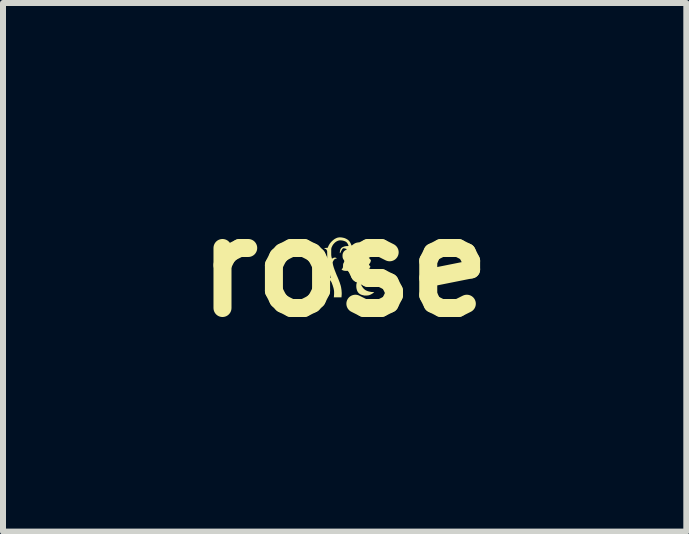
<source format=kicad_pcb>
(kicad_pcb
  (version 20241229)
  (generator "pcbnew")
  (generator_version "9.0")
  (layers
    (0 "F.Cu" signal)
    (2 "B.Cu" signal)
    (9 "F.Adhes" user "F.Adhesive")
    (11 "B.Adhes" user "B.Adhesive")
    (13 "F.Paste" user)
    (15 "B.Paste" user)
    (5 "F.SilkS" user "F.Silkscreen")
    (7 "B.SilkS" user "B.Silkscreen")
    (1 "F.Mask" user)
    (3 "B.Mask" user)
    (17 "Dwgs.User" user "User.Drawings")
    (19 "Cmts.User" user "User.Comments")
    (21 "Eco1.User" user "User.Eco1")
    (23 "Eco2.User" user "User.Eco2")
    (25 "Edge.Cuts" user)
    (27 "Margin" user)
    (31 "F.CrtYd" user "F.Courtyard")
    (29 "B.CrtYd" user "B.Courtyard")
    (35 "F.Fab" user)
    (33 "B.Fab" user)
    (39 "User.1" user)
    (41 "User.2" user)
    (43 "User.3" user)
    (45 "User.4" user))
  (footprint "rose"
    (layer "F.Cu")
    (at 2.693 1.404)
    (property "Reference" "rose" (at 0 0 0) (layer "F.SilkS") (effects (font (size 1.5 1.5) (thickness 0.3))))
    (attr board_only exclude_from_pos_files exclude_from_bom)
    (fp_poly (pts (xy 0.248 0.208) (xy 0.25 0.21) (xy 0.251 0.213) (xy 0.253 0.219) (xy 0.255 0.227) (xy 0.256 0.233) (xy 0.263 0.261) (xy 0.273 0.288) (xy 0.285 0.313) (xy 0.3 0.335) (xy 0.316 0.355) (xy 0.334 0.371) (xy 0.345 0.379) (xy 0.366 0.39) (xy 0.39 0.399) (xy 0.417 0.406) (xy 0.447 0.411) (xy 0.467 0.412) (xy 0.478 0.413) (xy 0.486 0.414) (xy 0.49 0.415) (xy 0.491 0.416) (xy 0.49 0.418) (xy 0.486 0.421) (xy 0.479 0.426) (xy 0.471 0.432) (xy 0.462 0.438) (xy 0.452 0.444) (xy 0.443 0.449) (xy 0.434 0.454) (xy 0.433 0.454) (xy 0.423 0.459) (xy 0.412 0.463) (xy 0.403 0.466) (xy 0.39 0.468) (xy 0.374 0.47) (xy 0.357 0.471) (xy 0.341 0.471) (xy 0.326 0.47) (xy 0.318 0.468) (xy 0.292 0.462) (xy 0.269 0.454) (xy 0.25 0.443) (xy 0.234 0.43) (xy 0.221 0.414) (xy 0.217 0.408) (xy 0.208 0.39) (xy 0.201 0.368) (xy 0.196 0.346) (xy 0.194 0.323) (xy 0.194 0.304) (xy 0.195 0.287) (xy 0.198 0.271) (xy 0.203 0.257) (xy 0.209 0.243) (xy 0.216 0.232) (xy 0.222 0.222) (xy 0.229 0.215) (xy 0.236 0.21) (xy 0.243 0.207)) (stroke (width 0) (type solid)) (fill yes) (layer "F.SilkS"))
    (fp_poly (pts (xy -0.048 -0.497) (xy -0.022 -0.492) (xy 0.003 -0.485) (xy 0.025 -0.475) (xy 0.046 -0.463) (xy 0.064 -0.449) (xy 0.079 -0.433) (xy 0.083 -0.427) (xy 0.089 -0.418) (xy 0.095 -0.407) (xy 0.101 -0.395) (xy 0.106 -0.385) (xy 0.109 -0.376) (xy 0.11 -0.374) (xy 0.112 -0.368) (xy 0.114 -0.365) (xy 0.117 -0.364) (xy 0.121 -0.365) (xy 0.127 -0.369) (xy 0.135 -0.376) (xy 0.154 -0.389) (xy 0.172 -0.4) (xy 0.19 -0.407) (xy 0.208 -0.412) (xy 0.224 -0.414) (xy 0.234 -0.413) (xy 0.25 -0.408) (xy 0.266 -0.4) (xy 0.28 -0.389) (xy 0.29 -0.379) (xy 0.295 -0.372) (xy 0.297 -0.368) (xy 0.296 -0.366) (xy 0.292 -0.367) (xy 0.285 -0.37) (xy 0.279 -0.374) (xy 0.266 -0.381) (xy 0.251 -0.386) (xy 0.237 -0.391) (xy 0.224 -0.393) (xy 0.222 -0.393) (xy 0.211 -0.393) (xy 0.205 -0.384) (xy 0.201 -0.378) (xy 0.199 -0.371) (xy 0.198 -0.369) (xy 0.197 -0.362) (xy 0.215 -0.361) (xy 0.23 -0.359) (xy 0.247 -0.356) (xy 0.265 -0.35) (xy 0.282 -0.343) (xy 0.298 -0.335) (xy 0.311 -0.327) (xy 0.322 -0.319) (xy 0.322 -0.318) (xy 0.332 -0.306) (xy 0.342 -0.292) (xy 0.351 -0.276) (xy 0.358 -0.26) (xy 0.364 -0.245) (xy 0.365 -0.241) (xy 0.367 -0.233) (xy 0.37 -0.223) (xy 0.375 -0.212) (xy 0.379 -0.2) (xy 0.384 -0.189) (xy 0.388 -0.18) (xy 0.391 -0.173) (xy 0.391 -0.173) (xy 0.395 -0.167) (xy 0.402 -0.159) (xy 0.409 -0.151) (xy 0.417 -0.142) (xy 0.418 -0.142) (xy 0.425 -0.134) (xy 0.431 -0.127) (xy 0.435 -0.122) (xy 0.437 -0.119) (xy 0.437 -0.118) (xy 0.435 -0.104) (xy 0.431 -0.089) (xy 0.425 -0.075) (xy 0.417 -0.063) (xy 0.414 -0.06) (xy 0.409 -0.054) (xy 0.406 -0.049) (xy 0.406 -0.044) (xy 0.408 -0.039) (xy 0.413 -0.032) (xy 0.416 -0.028) (xy 0.421 -0.022) (xy 0.425 -0.016) (xy 0.428 -0.013) (xy 0.428 -0.013) (xy 0.429 -0.009) (xy 0.426 -0.002) (xy 0.42 0.006) (xy 0.416 0.01) (xy 0.404 0.02) (xy 0.389 0.029) (xy 0.371 0.035) (xy 0.35 0.04) (xy 0.329 0.044) (xy 0.323 0.045) (xy 0.319 0.047) (xy 0.315 0.051) (xy 0.313 0.054) (xy 0.309 0.06) (xy 0.303 0.066) (xy 0.301 0.068) (xy 0.294 0.073) (xy 0.283 0.079) (xy 0.27 0.084) (xy 0.256 0.089) (xy 0.247 0.092) (xy 0.241 0.093) (xy 0.236 0.094) (xy 0.23 0.095) (xy 0.224 0.096) (xy 0.216 0.096) (xy 0.206 0.096) (xy 0.193 0.096) (xy 0.177 0.096) (xy 0.154 0.096) (xy 0.135 0.095) (xy 0.119 0.094) (xy 0.106 0.092) (xy 0.095 0.089) (xy 0.085 0.085) (xy 0.077 0.08) (xy 0.069 0.074) (xy 0.064 0.069) (xy 0.055 0.059) (xy 0.027 0.059) (xy 0.013 0.059) (xy 0.001 0.058) (xy -0.008 0.057) (xy -0.017 0.055) (xy -0.028 0.051) (xy -0.038 0.047) (xy -0.045 0.043) (xy -0.05 0.039) (xy -0.05 0.037) (xy -0.049 0.034) (xy -0.046 0.029) (xy -0.041 0.024) (xy -0.037 0.019) (xy -0.034 0.015) (xy -0.032 0.011) (xy -0.03 0.006) (xy -0.029 -0.000131) (xy -0.028 -0.009) (xy -0.027 -0.021) (xy -0.027 -0.029) (xy -0.025 -0.057) (xy -0.015 -0.076) (xy -0.01 -0.087) (xy -0.007 -0.097) (xy -0.006 -0.105) (xy -0.009 -0.113) (xy -0.013 -0.121) (xy -0.015 -0.123) (xy -0.023 -0.136) (xy -0.029 -0.148) (xy -0.033 -0.161) (xy -0.035 -0.176) (xy -0.036 -0.193) (xy -0.036 -0.193) (xy -0.035 -0.205) (xy -0.035 -0.214) (xy -0.033 -0.221) (xy -0.031 -0.229) (xy -0.031 -0.231) (xy -0.023 -0.248) (xy -0.014 -0.263) (xy -0.001 -0.276) (xy 0.015 -0.287) (xy 0.022 -0.291) (xy 0.029 -0.295) (xy 0.034 -0.299) (xy 0.036 -0.301) (xy 0.036 -0.302) (xy 0.034 -0.304) (xy 0.028 -0.306) (xy 0.021 -0.309) (xy 0.012 -0.311) (xy 0.003 -0.314) (xy -0.006 -0.316) (xy -0.012 -0.317) (xy -0.02 -0.317) (xy -0.024 -0.317) (xy -0.028 -0.315) (xy -0.031 -0.313) (xy -0.032 -0.311) (xy -0.039 -0.303) (xy -0.046 -0.292) (xy -0.053 -0.279) (xy -0.061 -0.265) (xy -0.065 -0.255) (xy -0.07 -0.245) (xy -0.074 -0.238) (xy -0.078 -0.236) (xy -0.08 -0.237) (xy -0.081 -0.243) (xy -0.081 -0.252) (xy -0.08 -0.256) (xy -0.077 -0.276) (xy -0.073 -0.292) (xy -0.067 -0.306) (xy -0.059 -0.317) (xy -0.053 -0.323) (xy -0.041 -0.333) (xy -0.025 -0.34) (xy -0.006 -0.347) (xy 0.013 -0.351) (xy 0.033 -0.354) (xy 0.043 -0.354) (xy 0.052 -0.354) (xy 0.059 -0.355) (xy 0.063 -0.355) (xy 0.064 -0.356) (xy 0.064 -0.359) (xy 0.062 -0.364) (xy 0.06 -0.372) (xy 0.056 -0.38) (xy 0.052 -0.389) (xy 0.048 -0.396) (xy 0.044 -0.402) (xy 0.034 -0.415) (xy 0.022 -0.425) (xy 0.006 -0.433) (xy -0.013 -0.44) (xy -0.023 -0.443) (xy -0.037 -0.446) (xy -0.053 -0.448) (xy -0.069 -0.449) (xy -0.084 -0.449) (xy -0.096 -0.447) (xy -0.1 -0.446) (xy -0.12 -0.439) (xy -0.141 -0.428) (xy -0.16 -0.414) (xy -0.177 -0.397) (xy -0.193 -0.378) (xy -0.206 -0.356) (xy -0.21 -0.347) (xy -0.214 -0.338) (xy -0.218 -0.33) (xy -0.22 -0.323) (xy -0.222 -0.315) (xy -0.223 -0.306) (xy -0.224 -0.296) (xy -0.224 -0.284) (xy -0.224 -0.269) (xy -0.224 -0.252) (xy -0.224 -0.235) (xy -0.224 -0.222) (xy -0.224 -0.211) (xy -0.223 -0.203) (xy -0.223 -0.195) (xy -0.222 -0.188) (xy -0.221 -0.181) (xy -0.219 -0.173) (xy -0.217 -0.163) (xy -0.215 -0.155) (xy -0.213 -0.149) (xy -0.212 -0.146) (xy -0.212 -0.146) (xy -0.209 -0.145) (xy -0.203 -0.148) (xy -0.2 -0.15) (xy -0.185 -0.158) (xy -0.172 -0.162) (xy -0.159 -0.162) (xy -0.146 -0.159) (xy -0.141 -0.156) (xy -0.134 -0.152) (xy -0.131 -0.149) (xy -0.132 -0.147) (xy -0.137 -0.146) (xy -0.14 -0.145) (xy -0.154 -0.142) (xy -0.167 -0.135) (xy -0.175 -0.128) (xy -0.18 -0.122) (xy -0.185 -0.113) (xy -0.191 -0.104) (xy -0.196 -0.094) (xy -0.199 -0.086) (xy -0.199 -0.084) (xy -0.2 -0.079) (xy -0.199 -0.07) (xy -0.197 -0.059) (xy -0.195 -0.046) (xy -0.192 -0.033) (xy -0.188 -0.019) (xy -0.184 -0.005) (xy -0.182 0.002) (xy -0.177 0.016) (xy -0.171 0.033) (xy -0.164 0.052) (xy -0.156 0.072) (xy -0.148 0.093) (xy -0.14 0.113) (xy -0.133 0.131) (xy -0.126 0.146) (xy -0.112 0.178) (xy -0.1 0.208) (xy -0.09 0.234) (xy -0.081 0.258) (xy -0.074 0.281) (xy -0.067 0.302) (xy -0.062 0.322) (xy -0.058 0.342) (xy -0.055 0.363) (xy -0.052 0.383) (xy -0.051 0.399) (xy -0.05 0.413) (xy -0.049 0.429) (xy -0.049 0.445) (xy -0.05 0.462) (xy -0.051 0.476) (xy -0.052 0.489) (xy -0.052 0.492) (xy -0.053 0.5) (xy -0.117 0.5) (xy -0.181 0.5) (xy -0.18 0.495) (xy -0.179 0.49) (xy -0.178 0.481) (xy -0.178 0.47) (xy -0.177 0.458) (xy -0.176 0.445) (xy -0.176 0.433) (xy -0.176 0.422) (xy -0.176 0.413) (xy -0.176 0.41) (xy -0.177 0.393) (xy -0.179 0.378) (xy -0.182 0.364) (xy -0.185 0.349) (xy -0.19 0.332) (xy -0.196 0.313) (xy -0.199 0.302) (xy -0.204 0.289) (xy -0.209 0.276) (xy -0.213 0.264) (xy -0.217 0.255) (xy -0.22 0.248) (xy -0.221 0.245) (xy -0.234 0.227) (xy -0.249 0.208) (xy -0.265 0.189) (xy -0.281 0.172) (xy -0.298 0.156) (xy -0.312 0.144) (xy -0.326 0.134) (xy -0.338 0.128) (xy -0.351 0.123) (xy -0.364 0.121) (xy -0.371 0.121) (xy -0.382 0.122) (xy -0.39 0.124) (xy -0.394 0.127) (xy -0.395 0.131) (xy -0.394 0.133) (xy -0.392 0.136) (xy -0.387 0.141) (xy -0.381 0.148) (xy -0.373 0.156) (xy -0.368 0.162) (xy -0.355 0.175) (xy -0.344 0.187) (xy -0.336 0.196) (xy -0.329 0.206) (xy -0.324 0.214) (xy -0.32 0.224) (xy -0.316 0.234) (xy -0.314 0.239) (xy -0.312 0.246) (xy -0.31 0.253) (xy -0.309 0.26) (xy -0.309 0.268) (xy -0.309 0.279) (xy -0.309 0.281) (xy -0.309 0.302) (xy -0.312 0.32) (xy -0.316 0.336) (xy -0.321 0.351) (xy -0.326 0.36) (xy -0.332 0.37) (xy -0.34 0.382) (xy -0.348 0.394) (xy -0.356 0.406) (xy -0.364 0.415) (xy -0.37 0.422) (xy -0.375 0.427) (xy -0.381 0.433) (xy -0.389 0.44) (xy -0.397 0.447) (xy -0.405 0.453) (xy -0.413 0.459) (xy -0.418 0.463) (xy -0.422 0.465) (xy -0.422 0.465) (xy -0.423 0.464) (xy -0.423 0.458) (xy -0.424 0.45) (xy -0.424 0.44) (xy -0.424 0.431) (xy -0.424 0.415) (xy -0.425 0.402) (xy -0.427 0.391) (xy -0.429 0.381) (xy -0.434 0.371) (xy -0.44 0.361) (xy -0.448 0.349) (xy -0.455 0.341) (xy -0.46 0.333) (xy -0.465 0.325) (xy -0.471 0.316) (xy -0.475 0.307) (xy -0.478 0.3) (xy -0.48 0.295) (xy -0.48 0.294) (xy -0.481 0.291) (xy -0.482 0.29) (xy -0.484 0.288) (xy -0.485 0.282) (xy -0.486 0.273) (xy -0.487 0.262) (xy -0.488 0.249) (xy -0.488 0.236) (xy -0.487 0.232) (xy -0.487 0.22) (xy -0.486 0.212) (xy -0.486 0.206) (xy -0.485 0.202) (xy -0.483 0.2) (xy -0.483 0.2) (xy -0.48 0.196) (xy -0.48 0.193) (xy -0.479 0.189) (xy -0.475 0.182) (xy -0.471 0.173) (xy -0.465 0.164) (xy -0.459 0.155) (xy -0.453 0.148) (xy -0.449 0.143) (xy -0.445 0.14) (xy -0.438 0.135) (xy -0.431 0.131) (xy -0.424 0.127) (xy -0.419 0.125) (xy -0.416 0.124) (xy -0.413 0.123) (xy -0.408 0.121) (xy -0.402 0.118) (xy -0.4 0.117) (xy -0.391 0.113) (xy -0.384 0.111) (xy -0.377 0.11) (xy -0.372 0.11) (xy -0.353 0.112) (xy -0.333 0.117) (xy -0.311 0.126) (xy -0.29 0.138) (xy -0.268 0.153) (xy -0.247 0.171) (xy -0.241 0.176) (xy -0.237 0.179) (xy -0.234 0.18) (xy -0.233 0.179) (xy -0.233 0.177) (xy -0.234 0.171) (xy -0.236 0.162) (xy -0.239 0.151) (xy -0.242 0.137) (xy -0.245 0.122) (xy -0.248 0.112) (xy -0.255 0.082) (xy -0.262 0.056) (xy -0.267 0.032) (xy -0.272 0.01) (xy -0.276 -0.009) (xy -0.28 -0.027) (xy -0.282 -0.044) (xy -0.285 -0.06) (xy -0.286 -0.077) (xy -0.288 -0.094) (xy -0.289 -0.112) (xy -0.289 -0.132) (xy -0.29 -0.154) (xy -0.29 -0.178) (xy -0.29 -0.184) (xy -0.292 -0.271) (xy -0.298 -0.285) (xy -0.304 -0.295) (xy -0.311 -0.302) (xy -0.32 -0.307) (xy -0.33 -0.308) (xy -0.336 -0.309) (xy -0.34 -0.311) (xy -0.341 -0.311) (xy -0.34 -0.313) (xy -0.335 -0.316) (xy -0.33 -0.319) (xy -0.322 -0.322) (xy -0.315 -0.323) (xy -0.307 -0.324) (xy -0.301 -0.324) (xy -0.294 -0.324) (xy -0.287 -0.325) (xy -0.283 -0.326) (xy -0.283 -0.326) (xy -0.281 -0.329) (xy -0.279 -0.334) (xy -0.276 -0.342) (xy -0.274 -0.345) (xy -0.263 -0.369) (xy -0.248 -0.393) (xy -0.23 -0.416) (xy -0.21 -0.437) (xy -0.188 -0.456) (xy -0.165 -0.473) (xy -0.149 -0.481) (xy -0.133 -0.489) (xy -0.118 -0.494) (xy -0.102 -0.497) (xy -0.085 -0.499) (xy -0.074 -0.499)) (stroke (width 0) (type solid)) (fill yes) (layer "F.SilkS")))
  (gr_rect
    (start -3 -3)
    (end 8.386 5.808)
    (stroke (width 0.1) (type default))
    (fill no)
    (layer "Edge.Cuts")))
</source>
